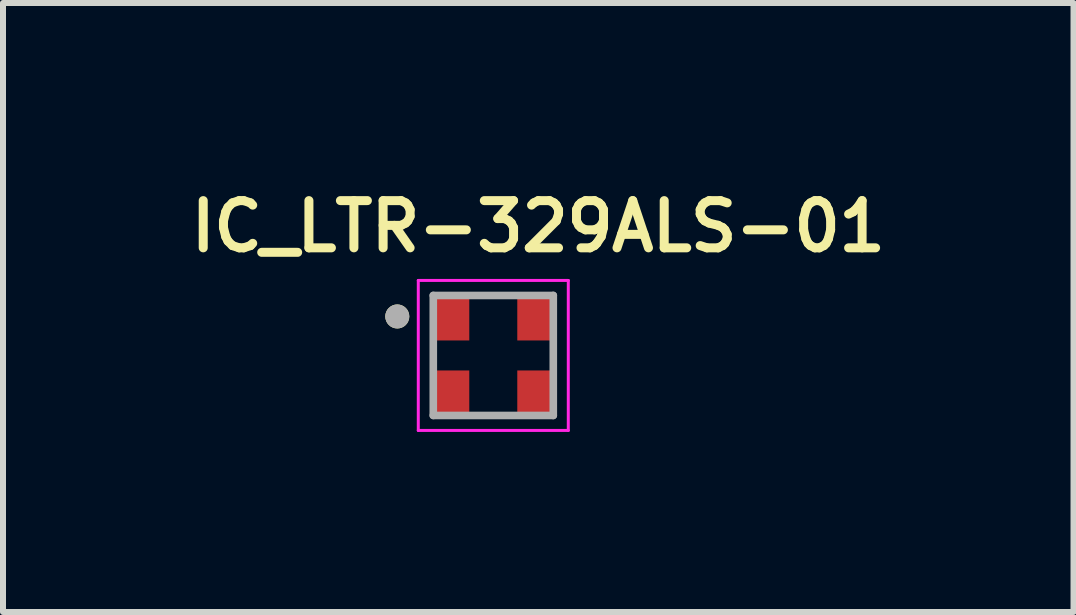
<source format=kicad_pcb>
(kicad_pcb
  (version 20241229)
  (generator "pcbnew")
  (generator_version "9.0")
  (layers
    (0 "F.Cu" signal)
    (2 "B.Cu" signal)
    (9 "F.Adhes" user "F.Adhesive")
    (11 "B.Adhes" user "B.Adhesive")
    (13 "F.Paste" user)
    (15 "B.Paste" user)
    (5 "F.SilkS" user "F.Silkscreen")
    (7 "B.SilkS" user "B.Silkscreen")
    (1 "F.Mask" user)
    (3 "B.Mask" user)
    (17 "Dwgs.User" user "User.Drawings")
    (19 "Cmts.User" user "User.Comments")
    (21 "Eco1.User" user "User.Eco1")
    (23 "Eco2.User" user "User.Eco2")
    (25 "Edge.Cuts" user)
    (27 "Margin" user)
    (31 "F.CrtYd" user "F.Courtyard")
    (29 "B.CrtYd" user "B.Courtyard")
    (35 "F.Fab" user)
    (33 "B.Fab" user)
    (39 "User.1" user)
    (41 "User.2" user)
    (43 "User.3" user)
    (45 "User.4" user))
  (footprint "IC_LTR-329ALS-01"
    (layer "F.Cu")
    (at 5.171 2.874)
    (property "Reference" "IC_LTR-329ALS-01" (at 0.75 -2.15 0) (layer "F.SilkS") (effects (font (size 0.787 0.787) (thickness 0.15))))
    (attr smd)
    (fp_circle (center -1.6 -0.65) (end -1.5 -0.65) (stroke (width 0.2) (type solid)) (fill no) (layer "F.SilkS"))
    (fp_line (start -1.25 -1.25) (end -1.25 1.25) (stroke (width 0.05) (type solid)) (layer "F.CrtYd"))
    (fp_line (start -1.25 1.25) (end 1.25 1.25) (stroke (width 0.05) (type solid)) (layer "F.CrtYd"))
    (fp_line (start 1.25 -1.25) (end -1.25 -1.25) (stroke (width 0.05) (type solid)) (layer "F.CrtYd"))
    (fp_line (start 1.25 1.25) (end 1.25 -1.25) (stroke (width 0.05) (type solid)) (layer "F.CrtYd"))
    (fp_line (start -1 -1) (end -1 1) (stroke (width 0.127) (type solid)) (layer "F.Fab"))
    (fp_line (start -1 1) (end 1 1) (stroke (width 0.127) (type solid)) (layer "F.Fab"))
    (fp_line (start 1 -1) (end -1 -1) (stroke (width 0.127) (type solid)) (layer "F.Fab"))
    (fp_line (start 1 1) (end 1 -1) (stroke (width 0.127) (type solid)) (layer "F.Fab"))
    (fp_circle (center -1.6 -0.65) (end -1.5 -0.65) (stroke (width 0.2) (type solid)) (fill no) (layer "F.Fab"))
    (pad "1" smd rect (at -0.7 -0.6) (size 0.6 0.7) (layers "F.Cu" "F.Mask" "F.Paste"))
    (pad "2" smd rect (at -0.7 0.6) (size 0.6 0.7) (layers "F.Cu" "F.Mask" "F.Paste"))
    (pad "3" smd rect (at 0.7 0.6) (size 0.6 0.7) (layers "F.Cu" "F.Mask" "F.Paste"))
    (pad "4" smd rect (at 0.7 -0.6) (size 0.6 0.7) (layers "F.Cu" "F.Mask" "F.Paste")))
  (gr_rect
    (start -3 -3)
    (end 14.841 7.149)
    (stroke (width 0.1) (type default))
    (fill no)
    (layer "Edge.Cuts")))
</source>
